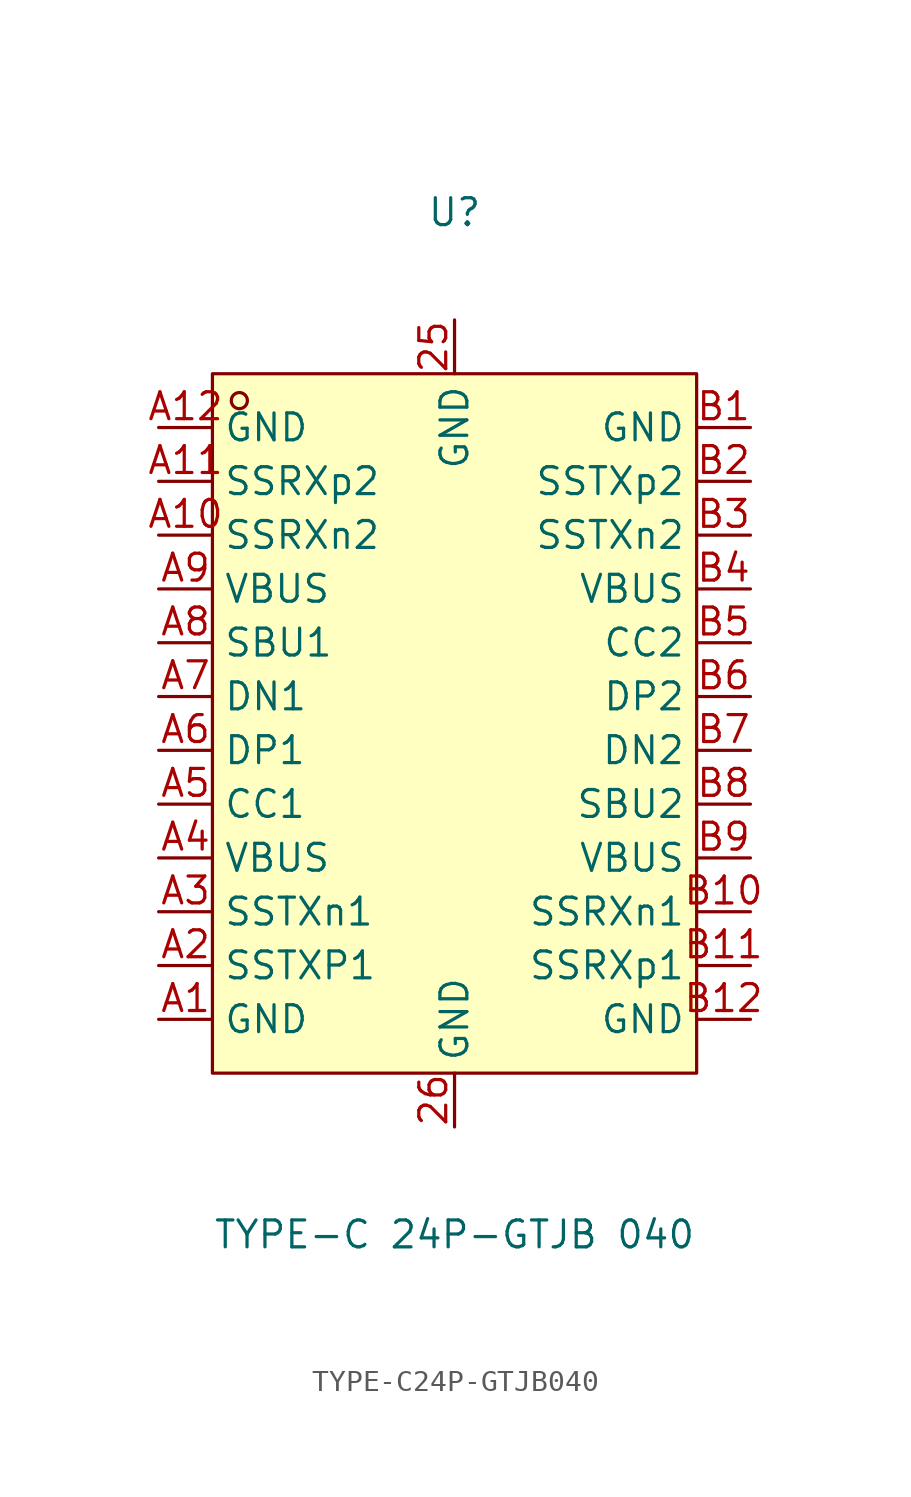
<source format=kicad_sym>
(kicad_symbol_lib
  (version 20211014)
  (generator https://github.com/uPesy/easyeda2kicad.py)
  (symbol "TYPE-C24P-GTJB040"
    (property "Reference" "U"
      (at 0 24.13 0)
      (effects (font (size 1.27 1.27))))
    (property "Value" "TYPE-C 24P-GTJB 040"
      (at 0 -24.13 0)
      (effects (font (size 1.27 1.27))))
    (symbol "TYPE-C24P-GTJB040_0_1"
      (rectangle (start -11.43 16.51) (end 11.43 -16.51) (stroke (width 0) (type default) (color 0 0 0 0)) (fill (type background)))
      (circle (center -10.16 15.24) (radius 0.38) (stroke (width 0) (type default) (color 0 0 0 0)) (fill (type none)))
      (pin unspecified line (at -13.97 13.97 0) (length 2.54) (name "GND" (effects (font (size 1.27 1.27)))) (number "A12" (effects (font (size 1.27 1.27)))))
      (pin unspecified line (at -13.97 11.43 0) (length 2.54) (name "SSRXp2" (effects (font (size 1.27 1.27)))) (number "A11" (effects (font (size 1.27 1.27)))))
      (pin unspecified line (at -13.97 8.89 0) (length 2.54) (name "SSRXn2" (effects (font (size 1.27 1.27)))) (number "A10" (effects (font (size 1.27 1.27)))))
      (pin unspecified line (at -13.97 6.35 0) (length 2.54) (name "VBUS" (effects (font (size 1.27 1.27)))) (number "A9" (effects (font (size 1.27 1.27)))))
      (pin unspecified line (at -13.97 3.81 0) (length 2.54) (name "SBU1" (effects (font (size 1.27 1.27)))) (number "A8" (effects (font (size 1.27 1.27)))))
      (pin unspecified line (at -13.97 1.27 0) (length 2.54) (name "DN1" (effects (font (size 1.27 1.27)))) (number "A7" (effects (font (size 1.27 1.27)))))
      (pin unspecified line (at -13.97 -1.27 0) (length 2.54) (name "DP1" (effects (font (size 1.27 1.27)))) (number "A6" (effects (font (size 1.27 1.27)))))
      (pin unspecified line (at -13.97 -3.81 0) (length 2.54) (name "CC1" (effects (font (size 1.27 1.27)))) (number "A5" (effects (font (size 1.27 1.27)))))
      (pin unspecified line (at -13.97 -6.35 0) (length 2.54) (name "VBUS" (effects (font (size 1.27 1.27)))) (number "A4" (effects (font (size 1.27 1.27)))))
      (pin unspecified line (at -13.97 -8.89 0) (length 2.54) (name "SSTXn1" (effects (font (size 1.27 1.27)))) (number "A3" (effects (font (size 1.27 1.27)))))
      (pin unspecified line (at -13.97 -11.43 0) (length 2.54) (name "SSTXP1" (effects (font (size 1.27 1.27)))) (number "A2" (effects (font (size 1.27 1.27)))))
      (pin unspecified line (at -13.97 -13.97 0) (length 2.54) (name "GND" (effects (font (size 1.27 1.27)))) (number "A1" (effects (font (size 1.27 1.27)))))
      (pin unspecified line (at 13.97 -13.97 180) (length 2.54) (name "GND" (effects (font (size 1.27 1.27)))) (number "B12" (effects (font (size 1.27 1.27)))))
      (pin unspecified line (at 13.97 -11.43 180) (length 2.54) (name "SSRXp1" (effects (font (size 1.27 1.27)))) (number "B11" (effects (font (size 1.27 1.27)))))
      (pin unspecified line (at 13.97 -8.89 180) (length 2.54) (name "SSRXn1" (effects (font (size 1.27 1.27)))) (number "B10" (effects (font (size 1.27 1.27)))))
      (pin unspecified line (at 13.97 -6.35 180) (length 2.54) (name "VBUS" (effects (font (size 1.27 1.27)))) (number "B9" (effects (font (size 1.27 1.27)))))
      (pin unspecified line (at 13.97 -3.81 180) (length 2.54) (name "SBU2" (effects (font (size 1.27 1.27)))) (number "B8" (effects (font (size 1.27 1.27)))))
      (pin unspecified line (at 13.97 -1.27 180) (length 2.54) (name "DN2" (effects (font (size 1.27 1.27)))) (number "B7" (effects (font (size 1.27 1.27)))))
      (pin unspecified line (at 13.97 1.27 180) (length 2.54) (name "DP2" (effects (font (size 1.27 1.27)))) (number "B6" (effects (font (size 1.27 1.27)))))
      (pin unspecified line (at 13.97 3.81 180) (length 2.54) (name "CC2" (effects (font (size 1.27 1.27)))) (number "B5" (effects (font (size 1.27 1.27)))))
      (pin unspecified line (at 13.97 6.35 180) (length 2.54) (name "VBUS" (effects (font (size 1.27 1.27)))) (number "B4" (effects (font (size 1.27 1.27)))))
      (pin unspecified line (at 13.97 8.89 180) (length 2.54) (name "SSTXn2" (effects (font (size 1.27 1.27)))) (number "B3" (effects (font (size 1.27 1.27)))))
      (pin unspecified line (at 13.97 11.43 180) (length 2.54) (name "SSTXp2" (effects (font (size 1.27 1.27)))) (number "B2" (effects (font (size 1.27 1.27)))))
      (pin unspecified line (at 13.97 13.97 180) (length 2.54) (name "GND" (effects (font (size 1.27 1.27)))) (number "B1" (effects (font (size 1.27 1.27)))))
      (pin unspecified line (at 0.00 19.05 270) (length 2.54) (name "GND" (effects (font (size 1.27 1.27)))) (number "25" (effects (font (size 1.27 1.27)))))
      (pin unspecified line (at 0.00 -19.05 90) (length 2.54) (name "GND" (effects (font (size 1.27 1.27)))) (number "26" (effects (font (size 1.27 1.27))))))))
</source>
